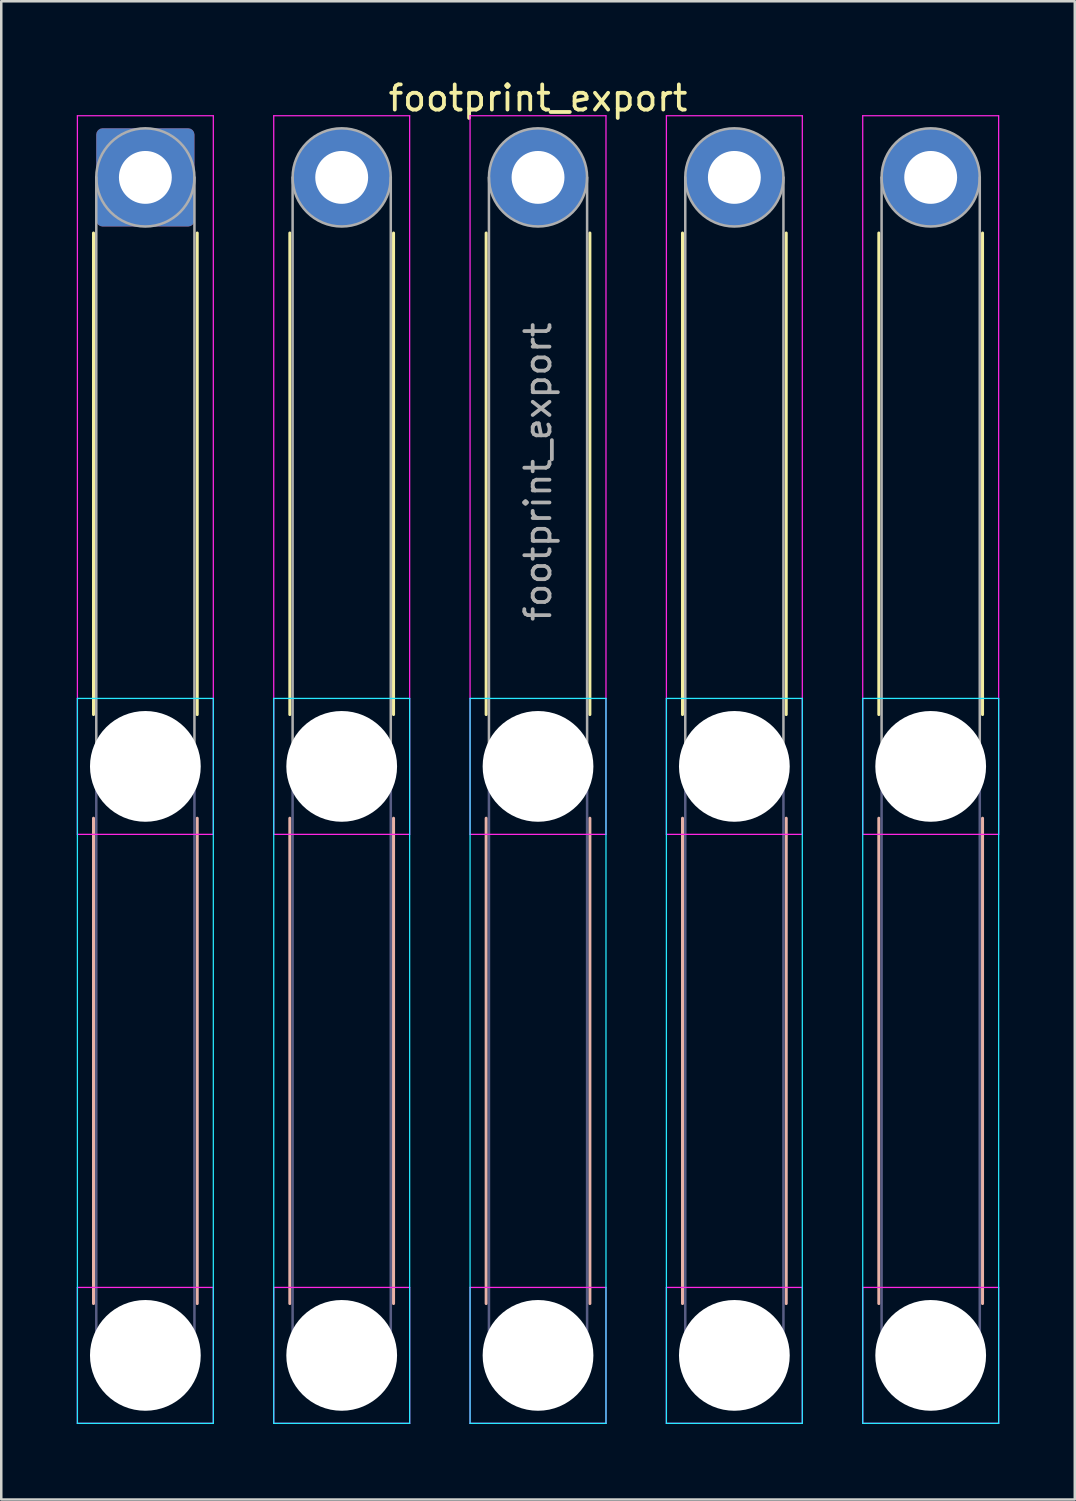
<source format=kicad_pcb>
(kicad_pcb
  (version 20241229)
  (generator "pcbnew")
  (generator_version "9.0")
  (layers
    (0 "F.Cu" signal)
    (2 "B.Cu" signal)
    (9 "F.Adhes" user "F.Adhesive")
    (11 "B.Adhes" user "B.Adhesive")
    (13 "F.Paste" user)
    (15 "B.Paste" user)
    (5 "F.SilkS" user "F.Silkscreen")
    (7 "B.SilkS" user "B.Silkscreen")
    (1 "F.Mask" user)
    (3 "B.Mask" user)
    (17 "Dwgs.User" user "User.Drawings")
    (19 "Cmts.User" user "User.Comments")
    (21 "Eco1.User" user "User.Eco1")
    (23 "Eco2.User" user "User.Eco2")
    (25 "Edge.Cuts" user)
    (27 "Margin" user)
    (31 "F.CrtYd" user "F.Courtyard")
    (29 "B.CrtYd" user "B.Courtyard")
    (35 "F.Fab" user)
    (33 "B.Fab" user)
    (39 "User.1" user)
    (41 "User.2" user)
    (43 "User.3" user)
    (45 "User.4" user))
  (footprint "footprint_export"
    (layer "F.Cu")
    (at 2.725 3.998)
    (property "Reference" "footprint_export" (at 15.6 -3.15 0) (layer "F.SilkS") (effects (font (size 1 1) (thickness 0.15))))
    (attr exclude_from_pos_files exclude_from_bom)
    (fp_line (start -2.06 2.21) (end -2.06 21.34) (stroke (width 0.12) (type solid)) (layer "F.SilkS"))
    (fp_line (start 2.06 2.21) (end 2.06 21.34) (stroke (width 0.12) (type solid)) (layer "F.SilkS"))
    (fp_line (start 5.74 2.21) (end 5.74 21.34) (stroke (width 0.12) (type solid)) (layer "F.SilkS"))
    (fp_line (start 9.86 2.21) (end 9.86 21.34) (stroke (width 0.12) (type solid)) (layer "F.SilkS"))
    (fp_line (start 13.54 2.21) (end 13.54 21.34) (stroke (width 0.12) (type solid)) (layer "F.SilkS"))
    (fp_line (start 17.66 2.21) (end 17.66 21.34) (stroke (width 0.12) (type solid)) (layer "F.SilkS"))
    (fp_line (start 21.34 2.21) (end 21.34 21.34) (stroke (width 0.12) (type solid)) (layer "F.SilkS"))
    (fp_line (start 25.46 2.21) (end 25.46 21.34) (stroke (width 0.12) (type solid)) (layer "F.SilkS"))
    (fp_line (start 29.14 2.21) (end 29.14 21.34) (stroke (width 0.12) (type solid)) (layer "F.SilkS"))
    (fp_line (start 33.26 2.21) (end 33.26 21.34) (stroke (width 0.12) (type solid)) (layer "F.SilkS"))
    (fp_line (start -2.06 25.46) (end -2.06 44.74) (stroke (width 0.12) (type solid)) (layer "B.SilkS"))
    (fp_line (start 2.06 25.46) (end 2.06 44.74) (stroke (width 0.12) (type solid)) (layer "B.SilkS"))
    (fp_line (start 5.74 25.46) (end 5.74 44.74) (stroke (width 0.12) (type solid)) (layer "B.SilkS"))
    (fp_line (start 9.86 25.46) (end 9.86 44.74) (stroke (width 0.12) (type solid)) (layer "B.SilkS"))
    (fp_line (start 13.54 25.46) (end 13.54 44.74) (stroke (width 0.12) (type solid)) (layer "B.SilkS"))
    (fp_line (start 17.66 25.46) (end 17.66 44.74) (stroke (width 0.12) (type solid)) (layer "B.SilkS"))
    (fp_line (start 21.34 25.46) (end 21.34 44.74) (stroke (width 0.12) (type solid)) (layer "B.SilkS"))
    (fp_line (start 25.46 25.46) (end 25.46 44.74) (stroke (width 0.12) (type solid)) (layer "B.SilkS"))
    (fp_line (start 29.14 25.46) (end 29.14 44.74) (stroke (width 0.12) (type solid)) (layer "B.SilkS"))
    (fp_line (start 33.26 25.46) (end 33.26 44.74) (stroke (width 0.12) (type solid)) (layer "B.SilkS"))
    (fp_line (start -2.7 20.7) (end -2.7 49.5) (stroke (width 0.05) (type solid)) (layer "B.CrtYd"))
    (fp_line (start -2.7 49.5) (end 2.7 49.5) (stroke (width 0.05) (type solid)) (layer "B.CrtYd"))
    (fp_line (start 2.7 20.7) (end -2.7 20.7) (stroke (width 0.05) (type solid)) (layer "B.CrtYd"))
    (fp_line (start 2.7 49.5) (end 2.7 20.7) (stroke (width 0.05) (type solid)) (layer "B.CrtYd"))
    (fp_line (start 5.1 20.7) (end 5.1 49.5) (stroke (width 0.05) (type solid)) (layer "B.CrtYd"))
    (fp_line (start 5.1 49.5) (end 10.5 49.5) (stroke (width 0.05) (type solid)) (layer "B.CrtYd"))
    (fp_line (start 10.5 20.7) (end 5.1 20.7) (stroke (width 0.05) (type solid)) (layer "B.CrtYd"))
    (fp_line (start 10.5 49.5) (end 10.5 20.7) (stroke (width 0.05) (type solid)) (layer "B.CrtYd"))
    (fp_line (start 12.9 20.7) (end 12.9 49.5) (stroke (width 0.05) (type solid)) (layer "B.CrtYd"))
    (fp_line (start 12.9 49.5) (end 18.3 49.5) (stroke (width 0.05) (type solid)) (layer "B.CrtYd"))
    (fp_line (start 18.3 20.7) (end 12.9 20.7) (stroke (width 0.05) (type solid)) (layer "B.CrtYd"))
    (fp_line (start 18.3 49.5) (end 18.3 20.7) (stroke (width 0.05) (type solid)) (layer "B.CrtYd"))
    (fp_line (start 20.7 20.7) (end 20.7 49.5) (stroke (width 0.05) (type solid)) (layer "B.CrtYd"))
    (fp_line (start 20.7 49.5) (end 26.1 49.5) (stroke (width 0.05) (type solid)) (layer "B.CrtYd"))
    (fp_line (start 26.1 20.7) (end 20.7 20.7) (stroke (width 0.05) (type solid)) (layer "B.CrtYd"))
    (fp_line (start 26.1 49.5) (end 26.1 20.7) (stroke (width 0.05) (type solid)) (layer "B.CrtYd"))
    (fp_line (start 28.5 20.7) (end 28.5 49.5) (stroke (width 0.05) (type solid)) (layer "B.CrtYd"))
    (fp_line (start 28.5 49.5) (end 33.9 49.5) (stroke (width 0.05) (type solid)) (layer "B.CrtYd"))
    (fp_line (start 33.9 20.7) (end 28.5 20.7) (stroke (width 0.05) (type solid)) (layer "B.CrtYd"))
    (fp_line (start 33.9 49.5) (end 33.9 20.7) (stroke (width 0.05) (type solid)) (layer "B.CrtYd"))
    (fp_line (start -2.7 -2.45) (end -2.7 26.1) (stroke (width 0.05) (type solid)) (layer "F.CrtYd"))
    (fp_line (start -2.7 26.1) (end 2.7 26.1) (stroke (width 0.05) (type solid)) (layer "F.CrtYd"))
    (fp_line (start -2.7 44.1) (end -2.7 49.5) (stroke (width 0.05) (type solid)) (layer "F.CrtYd"))
    (fp_line (start -2.7 49.5) (end 2.7 49.5) (stroke (width 0.05) (type solid)) (layer "F.CrtYd"))
    (fp_line (start 2.7 -2.45) (end -2.7 -2.45) (stroke (width 0.05) (type solid)) (layer "F.CrtYd"))
    (fp_line (start 2.7 26.1) (end 2.7 -2.45) (stroke (width 0.05) (type solid)) (layer "F.CrtYd"))
    (fp_line (start 2.7 44.1) (end -2.7 44.1) (stroke (width 0.05) (type solid)) (layer "F.CrtYd"))
    (fp_line (start 2.7 49.5) (end 2.7 44.1) (stroke (width 0.05) (type solid)) (layer "F.CrtYd"))
    (fp_line (start 5.1 -2.45) (end 5.1 26.1) (stroke (width 0.05) (type solid)) (layer "F.CrtYd"))
    (fp_line (start 5.1 26.1) (end 10.5 26.1) (stroke (width 0.05) (type solid)) (layer "F.CrtYd"))
    (fp_line (start 5.1 44.1) (end 5.1 49.5) (stroke (width 0.05) (type solid)) (layer "F.CrtYd"))
    (fp_line (start 5.1 49.5) (end 10.5 49.5) (stroke (width 0.05) (type solid)) (layer "F.CrtYd"))
    (fp_line (start 10.5 -2.45) (end 5.1 -2.45) (stroke (width 0.05) (type solid)) (layer "F.CrtYd"))
    (fp_line (start 10.5 26.1) (end 10.5 -2.45) (stroke (width 0.05) (type solid)) (layer "F.CrtYd"))
    (fp_line (start 10.5 44.1) (end 5.1 44.1) (stroke (width 0.05) (type solid)) (layer "F.CrtYd"))
    (fp_line (start 10.5 49.5) (end 10.5 44.1) (stroke (width 0.05) (type solid)) (layer "F.CrtYd"))
    (fp_line (start 12.9 -2.45) (end 12.9 26.1) (stroke (width 0.05) (type solid)) (layer "F.CrtYd"))
    (fp_line (start 12.9 26.1) (end 18.3 26.1) (stroke (width 0.05) (type solid)) (layer "F.CrtYd"))
    (fp_line (start 12.9 44.1) (end 12.9 49.5) (stroke (width 0.05) (type solid)) (layer "F.CrtYd"))
    (fp_line (start 12.9 49.5) (end 18.3 49.5) (stroke (width 0.05) (type solid)) (layer "F.CrtYd"))
    (fp_line (start 18.3 -2.45) (end 12.9 -2.45) (stroke (width 0.05) (type solid)) (layer "F.CrtYd"))
    (fp_line (start 18.3 26.1) (end 18.3 -2.45) (stroke (width 0.05) (type solid)) (layer "F.CrtYd"))
    (fp_line (start 18.3 44.1) (end 12.9 44.1) (stroke (width 0.05) (type solid)) (layer "F.CrtYd"))
    (fp_line (start 18.3 49.5) (end 18.3 44.1) (stroke (width 0.05) (type solid)) (layer "F.CrtYd"))
    (fp_line (start 20.7 -2.45) (end 20.7 26.1) (stroke (width 0.05) (type solid)) (layer "F.CrtYd"))
    (fp_line (start 20.7 26.1) (end 26.1 26.1) (stroke (width 0.05) (type solid)) (layer "F.CrtYd"))
    (fp_line (start 20.7 44.1) (end 20.7 49.5) (stroke (width 0.05) (type solid)) (layer "F.CrtYd"))
    (fp_line (start 20.7 49.5) (end 26.1 49.5) (stroke (width 0.05) (type solid)) (layer "F.CrtYd"))
    (fp_line (start 26.1 -2.45) (end 20.7 -2.45) (stroke (width 0.05) (type solid)) (layer "F.CrtYd"))
    (fp_line (start 26.1 26.1) (end 26.1 -2.45) (stroke (width 0.05) (type solid)) (layer "F.CrtYd"))
    (fp_line (start 26.1 44.1) (end 20.7 44.1) (stroke (width 0.05) (type solid)) (layer "F.CrtYd"))
    (fp_line (start 26.1 49.5) (end 26.1 44.1) (stroke (width 0.05) (type solid)) (layer "F.CrtYd"))
    (fp_line (start 28.5 -2.45) (end 28.5 26.1) (stroke (width 0.05) (type solid)) (layer "F.CrtYd"))
    (fp_line (start 28.5 26.1) (end 33.9 26.1) (stroke (width 0.05) (type solid)) (layer "F.CrtYd"))
    (fp_line (start 28.5 44.1) (end 28.5 49.5) (stroke (width 0.05) (type solid)) (layer "F.CrtYd"))
    (fp_line (start 28.5 49.5) (end 33.9 49.5) (stroke (width 0.05) (type solid)) (layer "F.CrtYd"))
    (fp_line (start 33.9 -2.45) (end 28.5 -2.45) (stroke (width 0.05) (type solid)) (layer "F.CrtYd"))
    (fp_line (start 33.9 26.1) (end 33.9 -2.45) (stroke (width 0.05) (type solid)) (layer "F.CrtYd"))
    (fp_line (start 33.9 44.1) (end 28.5 44.1) (stroke (width 0.05) (type solid)) (layer "F.CrtYd"))
    (fp_line (start 33.9 49.5) (end 33.9 44.1) (stroke (width 0.05) (type solid)) (layer "F.CrtYd"))
    (fp_line (start -1.95 23.4) (end -1.95 46.8) (stroke (width 0.1) (type solid)) (layer "B.Fab"))
    (fp_line (start 1.95 23.4) (end 1.95 46.8) (stroke (width 0.1) (type solid)) (layer "B.Fab"))
    (fp_line (start 5.85 23.4) (end 5.85 46.8) (stroke (width 0.1) (type solid)) (layer "B.Fab"))
    (fp_line (start 9.75 23.4) (end 9.75 46.8) (stroke (width 0.1) (type solid)) (layer "B.Fab"))
    (fp_line (start 13.65 23.4) (end 13.65 46.8) (stroke (width 0.1) (type solid)) (layer "B.Fab"))
    (fp_line (start 17.55 23.4) (end 17.55 46.8) (stroke (width 0.1) (type solid)) (layer "B.Fab"))
    (fp_line (start 21.45 23.4) (end 21.45 46.8) (stroke (width 0.1) (type solid)) (layer "B.Fab"))
    (fp_line (start 25.35 23.4) (end 25.35 46.8) (stroke (width 0.1) (type solid)) (layer "B.Fab"))
    (fp_line (start 29.25 23.4) (end 29.25 46.8) (stroke (width 0.1) (type solid)) (layer "B.Fab"))
    (fp_line (start 33.15 23.4) (end 33.15 46.8) (stroke (width 0.1) (type solid)) (layer "B.Fab"))
    (fp_circle (center 0 23.4) (end 1.95 23.4) (stroke (width 0.1) (type solid)) (fill no) (layer "B.Fab"))
    (fp_circle (center 0 46.8) (end 1.95 46.8) (stroke (width 0.1) (type solid)) (fill no) (layer "B.Fab"))
    (fp_circle (center 7.8 23.4) (end 9.75 23.4) (stroke (width 0.1) (type solid)) (fill no) (layer "B.Fab"))
    (fp_circle (center 7.8 46.8) (end 9.75 46.8) (stroke (width 0.1) (type solid)) (fill no) (layer "B.Fab"))
    (fp_circle (center 15.6 23.4) (end 17.55 23.4) (stroke (width 0.1) (type solid)) (fill no) (layer "B.Fab"))
    (fp_circle (center 15.6 46.8) (end 17.55 46.8) (stroke (width 0.1) (type solid)) (fill no) (layer "B.Fab"))
    (fp_circle (center 23.4 23.4) (end 25.35 23.4) (stroke (width 0.1) (type solid)) (fill no) (layer "B.Fab"))
    (fp_circle (center 23.4 46.8) (end 25.35 46.8) (stroke (width 0.1) (type solid)) (fill no) (layer "B.Fab"))
    (fp_circle (center 31.2 23.4) (end 33.15 23.4) (stroke (width 0.1) (type solid)) (fill no) (layer "B.Fab"))
    (fp_circle (center 31.2 46.8) (end 33.15 46.8) (stroke (width 0.1) (type solid)) (fill no) (layer "B.Fab"))
    (fp_line (start -1.95 0) (end -1.95 23.4) (stroke (width 0.1) (type solid)) (layer "F.Fab"))
    (fp_line (start 1.95 0) (end 1.95 23.4) (stroke (width 0.1) (type solid)) (layer "F.Fab"))
    (fp_line (start 5.85 0) (end 5.85 23.4) (stroke (width 0.1) (type solid)) (layer "F.Fab"))
    (fp_line (start 9.75 0) (end 9.75 23.4) (stroke (width 0.1) (type solid)) (layer "F.Fab"))
    (fp_line (start 13.65 0) (end 13.65 23.4) (stroke (width 0.1) (type solid)) (layer "F.Fab"))
    (fp_line (start 17.55 0) (end 17.55 23.4) (stroke (width 0.1) (type solid)) (layer "F.Fab"))
    (fp_line (start 21.45 0) (end 21.45 23.4) (stroke (width 0.1) (type solid)) (layer "F.Fab"))
    (fp_line (start 25.35 0) (end 25.35 23.4) (stroke (width 0.1) (type solid)) (layer "F.Fab"))
    (fp_line (start 29.25 0) (end 29.25 23.4) (stroke (width 0.1) (type solid)) (layer "F.Fab"))
    (fp_line (start 33.15 0) (end 33.15 23.4) (stroke (width 0.1) (type solid)) (layer "F.Fab"))
    (fp_circle (center 0 0) (end 1.95 0) (stroke (width 0.1) (type solid)) (fill no) (layer "F.Fab"))
    (fp_circle (center 0 23.4) (end 1.95 23.4) (stroke (width 0.1) (type solid)) (fill no) (layer "F.Fab"))
    (fp_circle (center 0 46.8) (end 1.95 46.8) (stroke (width 0.1) (type solid)) (fill no) (layer "F.Fab"))
    (fp_circle (center 7.8 0) (end 9.75 0) (stroke (width 0.1) (type solid)) (fill no) (layer "F.Fab"))
    (fp_circle (center 7.8 23.4) (end 9.75 23.4) (stroke (width 0.1) (type solid)) (fill no) (layer "F.Fab"))
    (fp_circle (center 7.8 46.8) (end 9.75 46.8) (stroke (width 0.1) (type solid)) (fill no) (layer "F.Fab"))
    (fp_circle (center 15.6 0) (end 17.55 0) (stroke (width 0.1) (type solid)) (fill no) (layer "F.Fab"))
    (fp_circle (center 15.6 23.4) (end 17.55 23.4) (stroke (width 0.1) (type solid)) (fill no) (layer "F.Fab"))
    (fp_circle (center 15.6 46.8) (end 17.55 46.8) (stroke (width 0.1) (type solid)) (fill no) (layer "F.Fab"))
    (fp_circle (center 23.4 0) (end 25.35 0) (stroke (width 0.1) (type solid)) (fill no) (layer "F.Fab"))
    (fp_circle (center 23.4 23.4) (end 25.35 23.4) (stroke (width 0.1) (type solid)) (fill no) (layer "F.Fab"))
    (fp_circle (center 23.4 46.8) (end 25.35 46.8) (stroke (width 0.1) (type solid)) (fill no) (layer "F.Fab"))
    (fp_circle (center 31.2 0) (end 33.15 0) (stroke (width 0.1) (type solid)) (fill no) (layer "F.Fab"))
    (fp_circle (center 31.2 23.4) (end 33.15 23.4) (stroke (width 0.1) (type solid)) (fill no) (layer "F.Fab"))
    (fp_circle (center 31.2 46.8) (end 33.15 46.8) (stroke (width 0.1) (type solid)) (fill no) (layer "F.Fab"))
    (fp_text user "${REFERENCE}" (at 15.6 11.7 90) (layer "F.Fab") (effects (font (size 1 1) (thickness 0.15))))
    (pad "" np_thru_hole circle (at 0 23.4) (size 4.4 4.4) (drill 4.4) (layers "*.Cu" "*.Mask"))
    (pad "" np_thru_hole circle (at 0 46.8) (size 4.4 4.4) (drill 4.4) (layers "*.Cu" "*.Mask"))
    (pad "" np_thru_hole circle (at 7.8 23.4) (size 4.4 4.4) (drill 4.4) (layers "*.Cu" "*.Mask"))
    (pad "" np_thru_hole circle (at 7.8 46.8) (size 4.4 4.4) (drill 4.4) (layers "*.Cu" "*.Mask"))
    (pad "" np_thru_hole circle (at 15.6 23.4) (size 4.4 4.4) (drill 4.4) (layers "*.Cu" "*.Mask"))
    (pad "" np_thru_hole circle (at 15.6 46.8) (size 4.4 4.4) (drill 4.4) (layers "*.Cu" "*.Mask"))
    (pad "" np_thru_hole circle (at 23.4 23.4) (size 4.4 4.4) (drill 4.4) (layers "*.Cu" "*.Mask"))
    (pad "" np_thru_hole circle (at 23.4 46.8) (size 4.4 4.4) (drill 4.4) (layers "*.Cu" "*.Mask"))
    (pad "" np_thru_hole circle (at 31.2 23.4) (size 4.4 4.4) (drill 4.4) (layers "*.Cu" "*.Mask"))
    (pad "" np_thru_hole circle (at 31.2 46.8) (size 4.4 4.4) (drill 4.4) (layers "*.Cu" "*.Mask"))
    (pad "1" thru_hole roundrect (at 0 0) (size 3.9 3.9) (drill 2.1) (layers "*.Cu" "*.Mask") (roundrect_rratio 0.064))
    (pad "2" thru_hole circle (at 7.8 0) (size 3.9 3.9) (drill 2.1) (layers "*.Cu" "*.Mask"))
    (pad "3" thru_hole circle (at 15.6 0) (size 3.9 3.9) (drill 2.1) (layers "*.Cu" "*.Mask"))
    (pad "4" thru_hole circle (at 23.4 0) (size 3.9 3.9) (drill 2.1) (layers "*.Cu" "*.Mask"))
    (pad "5" thru_hole circle (at 31.2 0) (size 3.9 3.9) (drill 2.1) (layers "*.Cu" "*.Mask")))
  (gr_rect
    (start -3 -3)
    (end 39.65 56.523)
    (stroke (width 0.1) (type default))
    (fill no)
    (layer "Edge.Cuts")))
</source>
